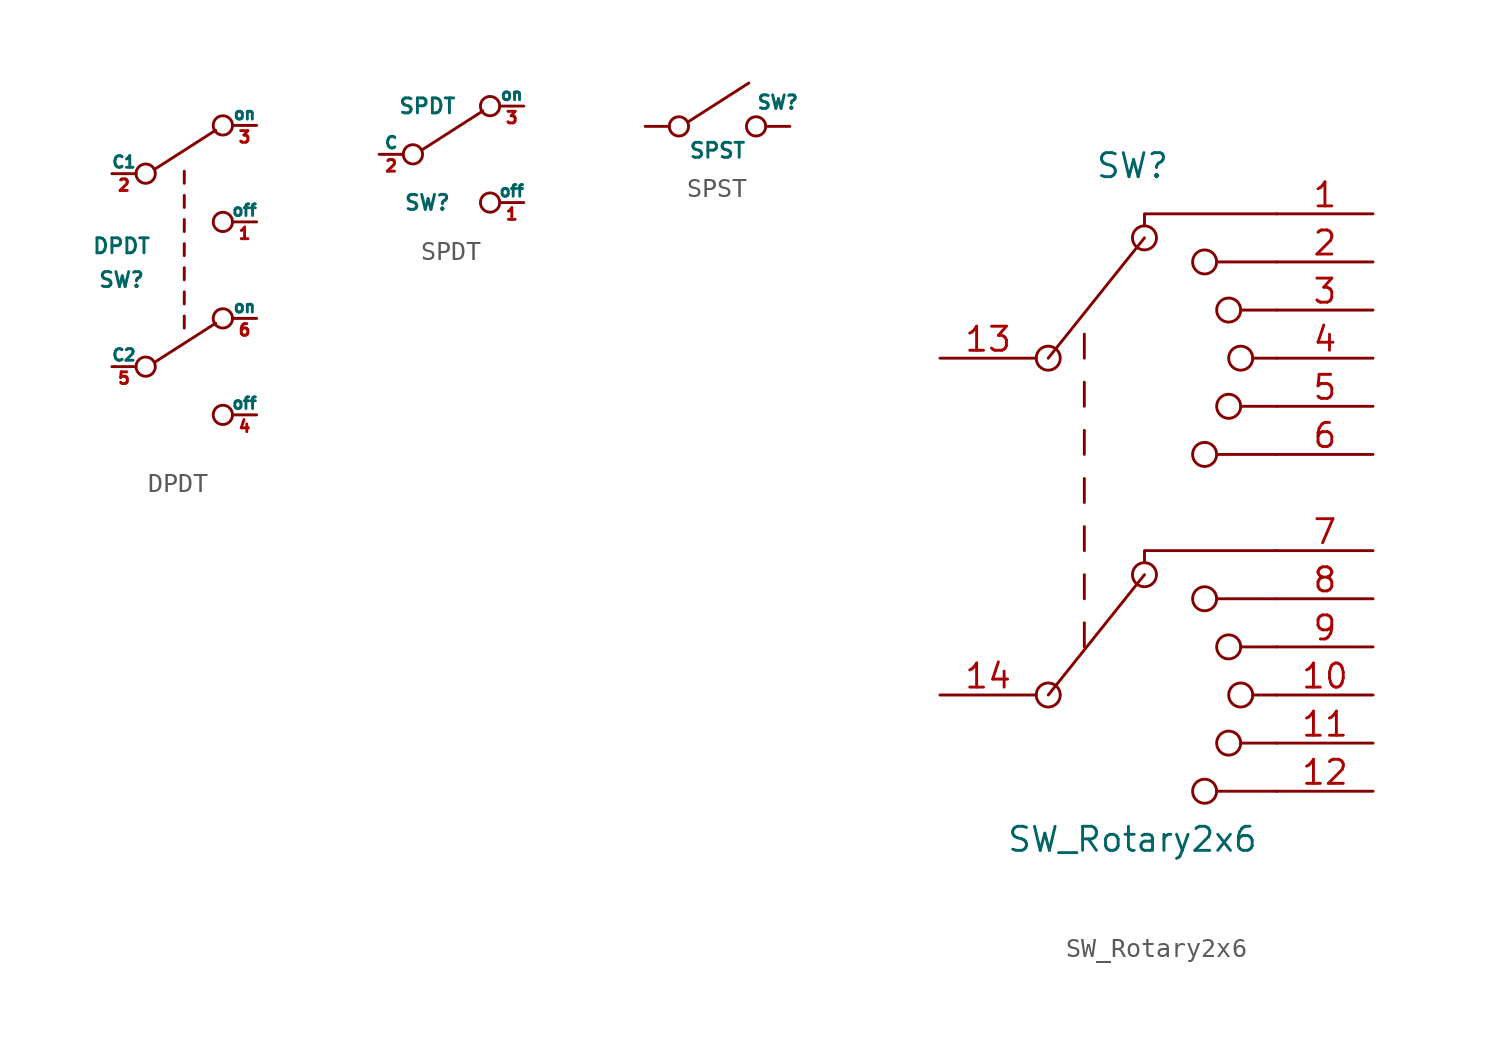
<source format=kicad_sym>
(kicad_symbol_lib
  (version 20220914)
  (generator kicad_symbol_editor)
  (symbol "DPDT"
    (pin_names
      (offset 0))
    (property "Reference" "SW"
      (at -3.302 -5.588 0)
      (effects (font (size 0.787 0.787))))
    (property "Value" "DPDT"
      (at -3.302 -3.81 0)
      (effects (font (size 0.787 0.787))))
    (symbol "DPDT_0_0"
      (circle (center -2.032 -10.16) (radius 0.508) (stroke (width 0) (type solid)) (fill (type none)))
      (circle (center -2.032 0) (radius 0.508) (stroke (width 0) (type solid)) (fill (type none)))
      (circle (center 2.032 -7.62) (radius 0.508) (stroke (width 0) (type solid)) (fill (type none)))
      (circle (center 2.032 -2.54) (radius 0.508) (stroke (width 0) (type solid)) (fill (type none))))
    (symbol "DPDT_0_1"
      (polyline (pts (xy -1.524 -9.906) (xy 1.651 -7.874)) (stroke (width 0) (type solid)) (fill (type none)))
      (polyline (pts (xy -1.524 0.254) (xy 1.651 2.286)) (stroke (width 0) (type solid)) (fill (type none)))
      (polyline (pts (xy 0 -7.493) (xy 0 -8.128)) (stroke (width 0) (type solid)) (fill (type none)))
      (polyline (pts (xy 0 -6.223) (xy 0 -6.858)) (stroke (width 0) (type solid)) (fill (type none)))
      (polyline (pts (xy 0 -4.953) (xy 0 -5.588)) (stroke (width 0) (type solid)) (fill (type none)))
      (polyline (pts (xy 0 -3.683) (xy 0 -4.318)) (stroke (width 0) (type solid)) (fill (type none)))
      (polyline (pts (xy 0 -2.413) (xy 0 -3.048)) (stroke (width 0) (type solid)) (fill (type none)))
      (polyline (pts (xy 0 -1.143) (xy 0 -1.778)) (stroke (width 0) (type solid)) (fill (type none)))
      (polyline (pts (xy 0 0.127) (xy 0 -0.508)) (stroke (width 0) (type solid)) (fill (type none)))
      (circle (center 2.032 -12.7) (radius 0.508) (stroke (width 0) (type solid)) (fill (type none)))
      (circle (center 2.032 2.54) (radius 0.508) (stroke (width 0) (type solid)) (fill (type none))))
    (symbol "DPDT_1_1"
      (pin passive line (at 3.81 -2.54 180) (length 1.27) (name "off" (effects (font (size 0.61 0.61)))) (number "1" (effects (font (size 0.61 0.61)))))
      (pin passive line (at -3.81 0 0) (length 1.27) (name "C1" (effects (font (size 0.61 0.61)))) (number "2" (effects (font (size 0.61 0.61)))))
      (pin passive line (at 3.81 2.54 180) (length 1.27) (name "on" (effects (font (size 0.61 0.61)))) (number "3" (effects (font (size 0.61 0.61)))))
      (pin passive line (at 3.81 -12.7 180) (length 1.27) (name "off" (effects (font (size 0.61 0.61)))) (number "4" (effects (font (size 0.61 0.61)))))
      (pin passive line (at -3.81 -10.16 0) (length 1.27) (name "C2" (effects (font (size 0.61 0.61)))) (number "5" (effects (font (size 0.61 0.61)))))
      (pin passive line (at 3.81 -7.62 180) (length 1.27) (name "on" (effects (font (size 0.61 0.61)))) (number "6" (effects (font (size 0.61 0.61)))))))
  (symbol "SPDT"
    (pin_names
      (offset 0))
    (property "Reference" "SW"
      (at -1.27 -2.54 0)
      (effects (font (size 0.787 0.787))))
    (property "Value" "SPDT"
      (at -1.27 2.54 0)
      (effects (font (size 0.787 0.787))))
    (symbol "SPDT_0_0"
      (circle (center -2.032 0) (radius 0.508) (stroke (width 0) (type solid)) (fill (type none)))
      (circle (center 2.032 -2.54) (radius 0.508) (stroke (width 0) (type solid)) (fill (type none))))
    (symbol "SPDT_0_1"
      (polyline (pts (xy -1.524 0.254) (xy 1.651 2.286)) (stroke (width 0) (type solid)) (fill (type none)))
      (circle (center 2.032 2.54) (radius 0.508) (stroke (width 0) (type solid)) (fill (type none))))
    (symbol "SPDT_1_1"
      (pin passive line (at 3.81 -2.54 180) (length 1.27) (name "off" (effects (font (size 0.61 0.61)))) (number "1" (effects (font (size 0.61 0.61)))))
      (pin passive line (at -3.81 0 0) (length 1.27) (name "C" (effects (font (size 0.61 0.61)))) (number "2" (effects (font (size 0.61 0.61)))))
      (pin passive line (at 3.81 2.54 180) (length 1.27) (name "on" (effects (font (size 0.61 0.61)))) (number "3" (effects (font (size 0.61 0.61)))))))
  (symbol "SPST"
    (pin_numbers hide)
    (pin_names
      (offset 0) hide)
    (property "Reference" "SW"
      (at 3.175 1.27 0)
      (effects (font (size 0.711 0.711))))
    (property "Value" "SPST"
      (at 0 -1.27 0)
      (effects (font (size 0.787 0.787))))
    (symbol "SPST_0_0"
      (circle (center -2.032 0) (radius 0.508) (stroke (width 0) (type solid)) (fill (type none)))
      (circle (center 2.032 0) (radius 0.508) (stroke (width 0) (type solid)) (fill (type none))))
    (symbol "SPST_0_1"
      (polyline (pts (xy -1.524 0.254) (xy 1.651 2.286)) (stroke (width 0) (type solid)) (fill (type none))))
    (symbol "SPST_1_1"
      (pin passive line (at -3.81 0 0) (length 1.27) (name "P" (effects (font (size 0.61 0.61)))) (number "1" (effects (font (size 0.61 0.61)))))
      (pin passive line (at 3.81 0 180) (length 1.27) (name "T" (effects (font (size 0.61 0.61)))) (number "2" (effects (font (size 0.61 0.61)))))))
  (symbol "SW_Rotary2x6"
    (pin_names
      (offset 1.016) hide)
    (property "Reference" "SW"
      (at 0 17.78 0)
      (effects (font (size 1.27 1.27))))
    (property "Value" "SW_Rotary2x6"
      (at 0 -17.78 0)
      (effects (font (size 1.27 1.27))))
    (symbol "SW_Rotary2x6_0_0"
      (circle (center -4.445 -10.16) (radius 0.635) (stroke (width 0) (type solid)) (fill (type none)))
      (circle (center -4.445 7.62) (radius 0.635) (stroke (width 0) (type solid)) (fill (type none)))
      (polyline (pts (xy -4.445 -10.16) (xy 0.635 -3.81)) (stroke (width 0) (type solid)) (fill (type none)))
      (polyline (pts (xy -4.445 7.62) (xy 0.635 13.97)) (stroke (width 0) (type solid)) (fill (type none)))
      (polyline (pts (xy -2.54 -7.62) (xy -2.54 -6.35)) (stroke (width 0) (type solid)) (fill (type none)))
      (polyline (pts (xy -2.54 -5.08) (xy -2.54 -3.81)) (stroke (width 0) (type solid)) (fill (type none)))
      (polyline (pts (xy -2.54 -2.54) (xy -2.54 -1.27)) (stroke (width 0) (type solid)) (fill (type none)))
      (polyline (pts (xy -2.54 0) (xy -2.54 1.27)) (stroke (width 0) (type solid)) (fill (type none)))
      (polyline (pts (xy -2.54 2.54) (xy -2.54 3.81)) (stroke (width 0) (type solid)) (fill (type none)))
      (polyline (pts (xy -2.54 5.08) (xy -2.54 6.35)) (stroke (width 0) (type solid)) (fill (type none)))
      (polyline (pts (xy -2.54 7.62) (xy -2.54 8.89)) (stroke (width 0) (type solid)) (fill (type none)))
      (polyline (pts (xy 4.445 -5.08) (xy 7.62 -5.08)) (stroke (width 0) (type solid)) (fill (type none)))
      (polyline (pts (xy 4.445 12.7) (xy 7.62 12.7)) (stroke (width 0) (type solid)) (fill (type none)))
      (polyline (pts (xy 5.715 -12.7) (xy 7.62 -12.7)) (stroke (width 0) (type solid)) (fill (type none)))
      (polyline (pts (xy 5.715 -7.62) (xy 7.62 -7.62)) (stroke (width 0) (type solid)) (fill (type none)))
      (polyline (pts (xy 5.715 5.08) (xy 7.62 5.08)) (stroke (width 0) (type solid)) (fill (type none)))
      (polyline (pts (xy 5.715 10.16) (xy 7.62 10.16)) (stroke (width 0) (type solid)) (fill (type none)))
      (polyline (pts (xy 6.35 -10.16) (xy 7.62 -10.16)) (stroke (width 0) (type solid)) (fill (type none)))
      (polyline (pts (xy 6.35 7.62) (xy 7.62 7.62)) (stroke (width 0) (type solid)) (fill (type none)))
      (polyline (pts (xy 7.62 -15.24) (xy 4.445 -15.24)) (stroke (width 0) (type solid)) (fill (type none)))
      (polyline (pts (xy 7.62 2.54) (xy 4.445 2.54)) (stroke (width 0) (type solid)) (fill (type none)))
      (polyline (pts (xy 0.635 -3.175) (xy 0.635 -2.54) (xy 7.62 -2.54)) (stroke (width 0) (type solid)) (fill (type none)))
      (polyline (pts (xy 0.635 14.605) (xy 0.635 15.24) (xy 7.62 15.24)) (stroke (width 0) (type solid)) (fill (type none)))
      (circle (center 0.635 -3.81) (radius 0.635) (stroke (width 0) (type solid)) (fill (type none)))
      (circle (center 0.635 13.97) (radius 0.635) (stroke (width 0) (type solid)) (fill (type none)))
      (circle (center 3.81 -15.24) (radius 0.635) (stroke (width 0) (type solid)) (fill (type none)))
      (circle (center 3.81 -5.08) (radius 0.635) (stroke (width 0) (type solid)) (fill (type none)))
      (circle (center 3.81 2.54) (radius 0.635) (stroke (width 0) (type solid)) (fill (type none)))
      (circle (center 3.81 12.7) (radius 0.635) (stroke (width 0) (type solid)) (fill (type none)))
      (circle (center 5.08 -12.7) (radius 0.635) (stroke (width 0) (type solid)) (fill (type none)))
      (circle (center 5.08 -7.62) (radius 0.635) (stroke (width 0) (type solid)) (fill (type none)))
      (circle (center 5.08 5.08) (radius 0.635) (stroke (width 0) (type solid)) (fill (type none)))
      (circle (center 5.08 10.16) (radius 0.635) (stroke (width 0) (type solid)) (fill (type none)))
      (circle (center 5.715 -10.16) (radius 0.635) (stroke (width 0) (type solid)) (fill (type none)))
      (circle (center 5.715 7.62) (radius 0.635) (stroke (width 0) (type solid)) (fill (type none))))
    (symbol "SW_Rotary2x6_0_1"
      (pin passive line (at 12.7 15.24 180) (length 5.08) (name "1" (effects (font (size 1.27 1.27)))) (number "1" (effects (font (size 1.27 1.27)))))
      (pin passive line (at 12.7 -10.16 180) (length 5.08) (name "10" (effects (font (size 1.27 1.27)))) (number "10" (effects (font (size 1.27 1.27)))))
      (pin passive line (at 12.7 -12.7 180) (length 5.08) (name "11" (effects (font (size 1.27 1.27)))) (number "11" (effects (font (size 1.27 1.27)))))
      (pin passive line (at 12.7 -15.24 180) (length 5.08) (name "12" (effects (font (size 1.27 1.27)))) (number "12" (effects (font (size 1.27 1.27)))))
      (pin passive line (at -10.16 7.62 0) (length 5.08) (name "13" (effects (font (size 1.27 1.27)))) (number "13" (effects (font (size 1.27 1.27)))))
      (pin passive line (at -10.16 -10.16 0) (length 5.08) (name "14" (effects (font (size 1.27 1.27)))) (number "14" (effects (font (size 1.27 1.27)))))
      (pin passive line (at 12.7 12.7 180) (length 5.08) (name "2" (effects (font (size 1.27 1.27)))) (number "2" (effects (font (size 1.27 1.27)))))
      (pin passive line (at 12.7 10.16 180) (length 5.08) (name "3" (effects (font (size 1.27 1.27)))) (number "3" (effects (font (size 1.27 1.27)))))
      (pin passive line (at 12.7 7.62 180) (length 5.08) (name "4" (effects (font (size 1.27 1.27)))) (number "4" (effects (font (size 1.27 1.27)))))
      (pin passive line (at 12.7 5.08 180) (length 5.08) (name "5" (effects (font (size 1.27 1.27)))) (number "5" (effects (font (size 1.27 1.27)))))
      (pin passive line (at 12.7 2.54 180) (length 5.08) (name "6" (effects (font (size 1.27 1.27)))) (number "6" (effects (font (size 1.27 1.27)))))
      (pin passive line (at 12.7 -2.54 180) (length 5.08) (name "7" (effects (font (size 1.27 1.27)))) (number "7" (effects (font (size 1.27 1.27)))))
      (pin passive line (at 12.7 -5.08 180) (length 5.08) (name "8" (effects (font (size 1.27 1.27)))) (number "8" (effects (font (size 1.27 1.27)))))
      (pin passive line (at 12.7 -7.62 180) (length 5.08) (name "9" (effects (font (size 1.27 1.27)))) (number "9" (effects (font (size 1.27 1.27))))))))
</source>
